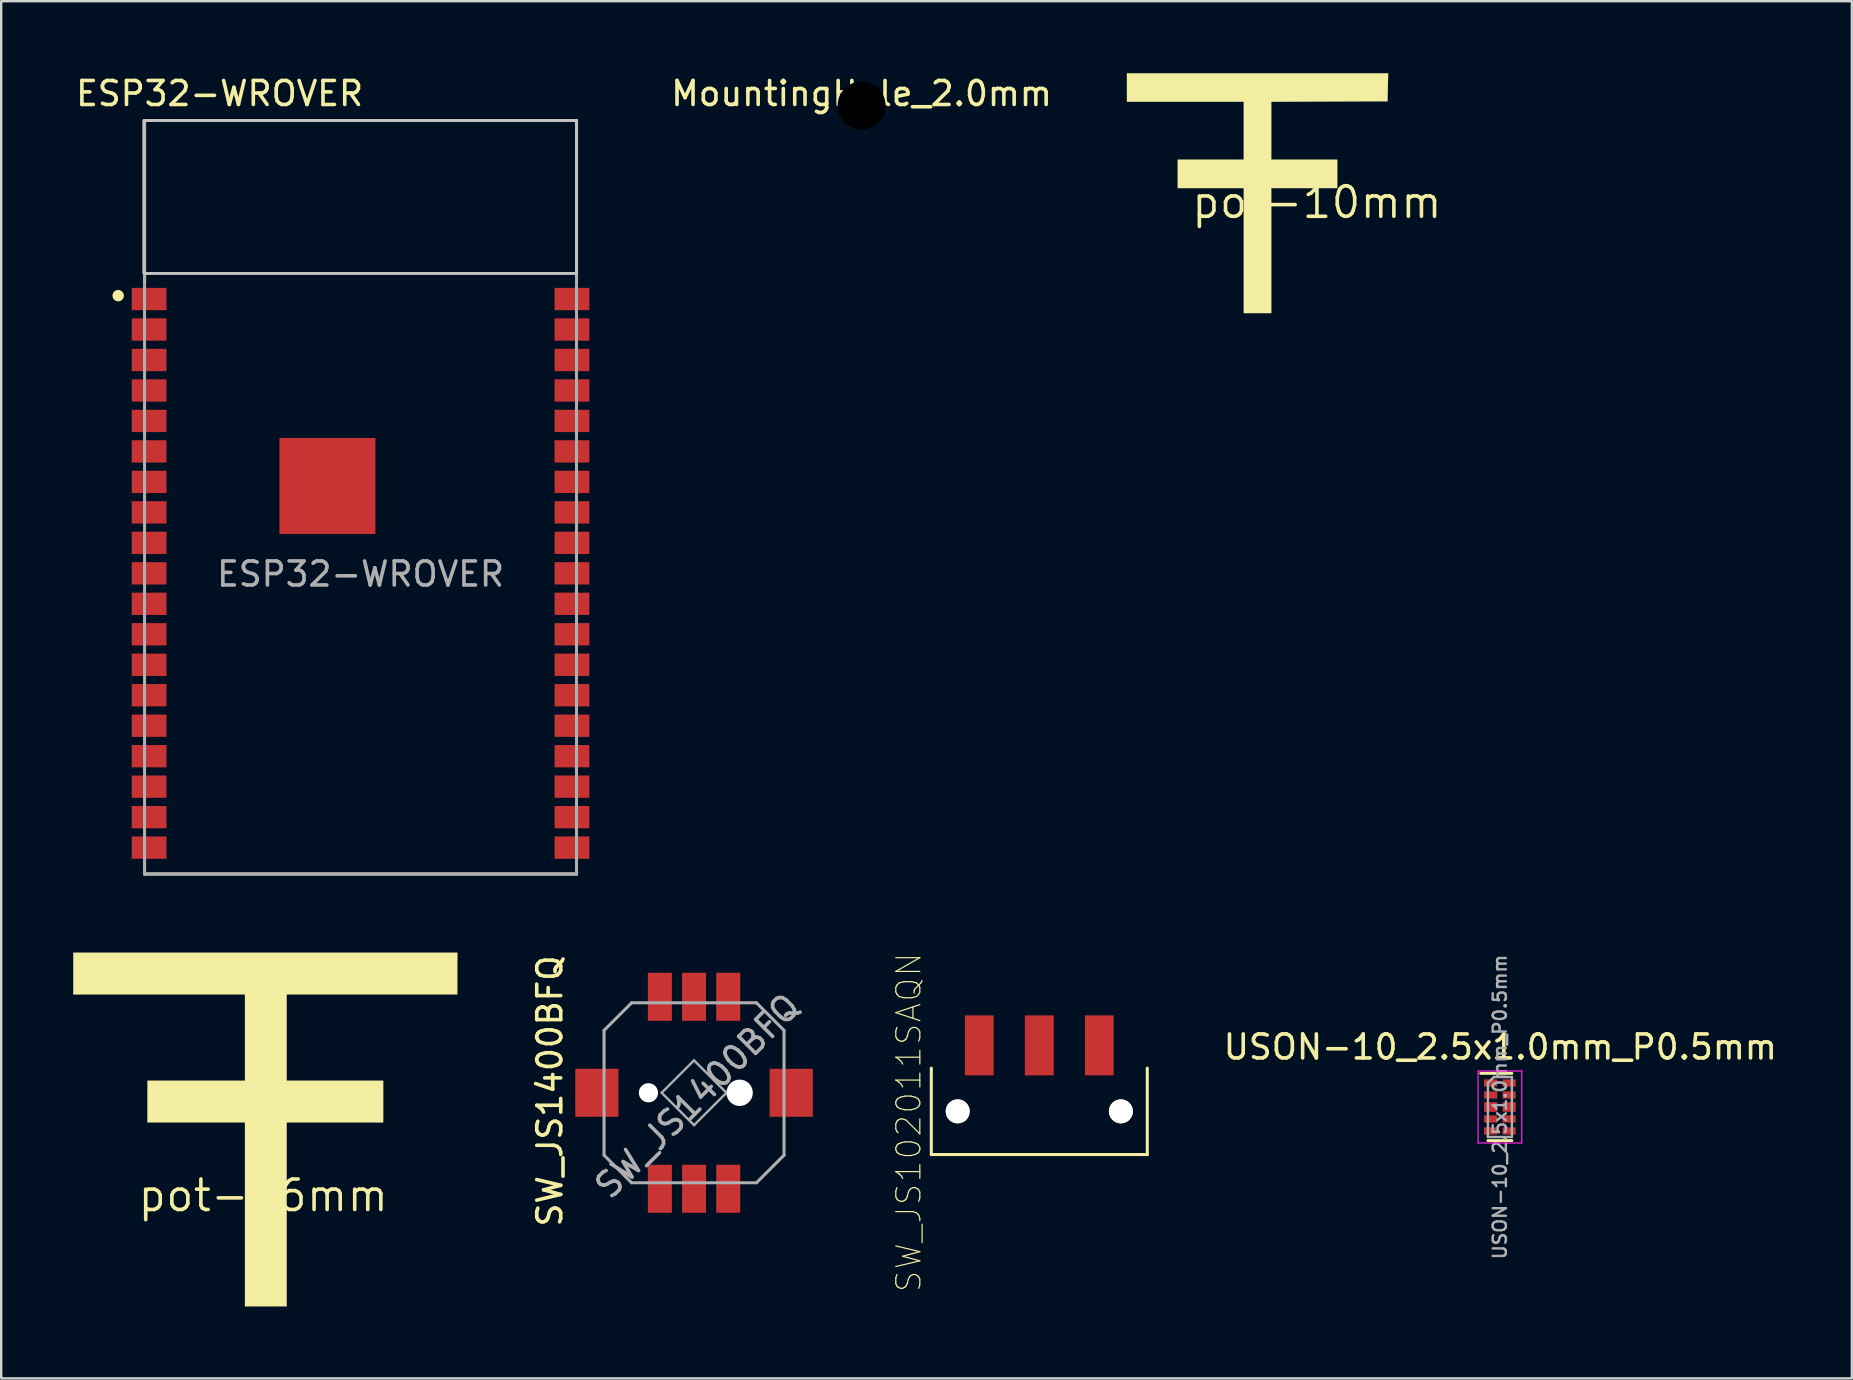
<source format=kicad_pcb>
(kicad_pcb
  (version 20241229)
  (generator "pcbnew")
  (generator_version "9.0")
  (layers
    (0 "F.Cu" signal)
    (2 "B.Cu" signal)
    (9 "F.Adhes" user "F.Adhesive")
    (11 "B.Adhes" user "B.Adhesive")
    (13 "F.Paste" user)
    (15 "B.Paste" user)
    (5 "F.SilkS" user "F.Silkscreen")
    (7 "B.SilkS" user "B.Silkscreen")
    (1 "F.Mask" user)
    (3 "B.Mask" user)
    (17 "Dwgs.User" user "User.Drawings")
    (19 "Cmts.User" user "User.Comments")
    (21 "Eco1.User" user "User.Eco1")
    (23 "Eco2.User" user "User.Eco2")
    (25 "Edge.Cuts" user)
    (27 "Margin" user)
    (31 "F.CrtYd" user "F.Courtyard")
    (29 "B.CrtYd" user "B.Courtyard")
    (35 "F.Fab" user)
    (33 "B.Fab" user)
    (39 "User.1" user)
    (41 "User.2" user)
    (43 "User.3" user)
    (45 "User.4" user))
  (footprint "MountingHole_2.0mm"
    (layer "F.Cu")
    (at 32.853 1.348)
    (property "Reference" "MountingHole_2.0mm" (at 0 -0.5 0) (unlocked yes) (layer "F.SilkS") (effects (font (size 1 1) (thickness 0.15))))
    (pad "" np_thru_hole circle (at 0 0) (size 2 2) (drill 2) (layers "*.Mask")))
  (footprint "SW_JS1400BFQ"
    (layer "F.Cu")
    (at 25.871 42.487)
    (property "Reference" "SW_JS1400BFQ" (at -6.01 -0.074 90) (layer "F.SilkS") (effects (font (size 1 1) (thickness 0.15))))
    (attr smd)
    (fp_line (start -5.25 -5.25) (end 5.25 -5.25) (stroke (width 0.05) (type solid)) (layer "Eco1.User"))
    (fp_line (start -5.25 5.25) (end -5.25 -5.25) (stroke (width 0.05) (type solid)) (layer "Eco1.User"))
    (fp_line (start 0 -5.25) (end 0 5.25) (stroke (width 0.01) (type default)) (layer "Eco1.User"))
    (fp_line (start 5.2 5.25) (end -5.2 5.25) (stroke (width 0.05) (type solid)) (layer "Eco1.User"))
    (fp_line (start 5.25 -5.25) (end -5.25 5.25) (stroke (width 0.01) (type default)) (layer "Eco1.User"))
    (fp_line (start 5.25 -5.25) (end 5.25 5.25) (stroke (width 0.05) (type solid)) (layer "Eco1.User"))
    (fp_line (start 5.25 0) (end -5.25 0) (stroke (width 0.01) (type default)) (layer "Eco1.User"))
    (fp_line (start 5.25 5.25) (end -5.25 -5.25) (stroke (width 0.01) (type default)) (layer "Eco1.User"))
    (fp_line (start -3.75 -2.6) (end -2.6 -3.75) (stroke (width 0.127) (type solid)) (layer "F.Fab"))
    (fp_line (start -3.75 2.6) (end -3.75 -2.6) (stroke (width 0.127) (type solid)) (layer "F.Fab"))
    (fp_line (start -2.6 -3.75) (end 2.6 -3.75) (stroke (width 0.127) (type solid)) (layer "F.Fab"))
    (fp_line (start -2.6 3.75) (end -3.75 2.6) (stroke (width 0.127) (type solid)) (layer "F.Fab"))
    (fp_line (start 0 -1.35) (end -1.35 0) (stroke (width 0.1) (type default)) (layer "F.Fab"))
    (fp_line (start 0 -1.35) (end 1.35 0) (stroke (width 0.1) (type default)) (layer "F.Fab"))
    (fp_line (start 0 1.35) (end -1.35 0) (stroke (width 0.1) (type default)) (layer "F.Fab"))
    (fp_line (start 1.35 0) (end 0 1.35) (stroke (width 0.1) (type default)) (layer "F.Fab"))
    (fp_line (start 2.6 -3.75) (end 3.75 -2.6) (stroke (width 0.127) (type solid)) (layer "F.Fab"))
    (fp_line (start 2.6 3.75) (end -2.6 3.75) (stroke (width 0.127) (type solid)) (layer "F.Fab"))
    (fp_line (start 3.75 -2.6) (end 3.75 2.6) (stroke (width 0.127) (type solid)) (layer "F.Fab"))
    (fp_line (start 3.75 2.6) (end 2.6 3.75) (stroke (width 0.127) (type solid)) (layer "F.Fab"))
    (fp_text user "${REFERENCE}" (at 0.141 0.139 45) (layer "F.Fab") (effects (font (size 1 1) (thickness 0.15))))
    (pad "" np_thru_hole circle (at -1.9 0 90) (size 0.8 0.8) (drill 0.8) (layers "*.Cu" "*.Mask"))
    (pad "" np_thru_hole circle (at 1.9 0 90) (size 1.1 1.1) (drill 1.1) (layers "*.Cu" "*.Mask"))
    (pad "1" smd rect (at -1.425 4 90) (size 2 1) (layers "F.Cu" "F.Mask" "F.Paste"))
    (pad "2" smd rect (at 0 4 90) (size 2 1) (layers "F.Cu" "F.Mask" "F.Paste"))
    (pad "3" smd rect (at 1.425 4 90) (size 2 1) (layers "F.Cu" "F.Mask" "F.Paste"))
    (pad "4" smd rect (at -1.425 -4 90) (size 2 1) (layers "F.Cu" "F.Mask" "F.Paste"))
    (pad "5" smd rect (at 0 -4 90) (size 2 1) (layers "F.Cu" "F.Mask" "F.Paste"))
    (pad "6" smd rect (at 1.425 -4 90) (size 2 1) (layers "F.Cu" "F.Mask" "F.Paste"))
    (pad "SH1" smd rect (at -4.05 0 90) (size 2 1.8) (layers "F.Cu" "F.Mask" "F.Paste"))
    (pad "SH2" smd rect (at 4.05 0.000001 90) (size 2 1.8) (layers "F.Cu" "F.Mask" "F.Paste")))
  (footprint "pot-10mm"
    (layer "F.Cu")
    (at 51.828 5.381)
    (property "Reference" "pot-10mm" (at 0 0 0) (layer "F.SilkS") (effects (font (size 1.27 1.27) (thickness 0.15))))
    (attr through_hole)
    (fp_poly (pts (xy 2.954 -4.794) (xy 2.942 -4.212) (xy -1.905 -4.19) (xy -1.905 -1.778) (xy 0.847 -1.778) (xy 0.847 -0.593) (xy -1.905 -0.593) (xy -1.905 4.614) (xy -3.048 4.614) (xy -3.048 -0.593) (xy -5.8 -0.593) (xy -5.8 -1.778) (xy -3.048 -1.778) (xy -3.048 -4.191) (xy -7.916 -4.191) (xy -7.916 -5.376) (xy 2.966 -5.376) (xy 2.954 -4.794)) (stroke (width 0.01) (type solid)) (fill yes) (layer "F.SilkS")))
  (footprint "pot-16mm"
    (layer "F.Cu")
    (at 7.921 46.769)
    (property "Reference" "pot-16mm" (at 0 0 0) (layer "F.SilkS") (effects (font (size 1.27 1.27) (thickness 0.15))))
    (attr through_hole)
    (fp_poly (pts (xy 8.086 -8.382) (xy 0.974 -8.382) (xy 0.974 -4.784) (xy 4.995 -4.784) (xy 4.995 -3.048) (xy 0.974 -3.048) (xy 0.974 4.614) (xy -0.762 4.614) (xy -0.762 -3.048) (xy -4.826 -3.048) (xy -4.826 -4.784) (xy -0.762 -4.784) (xy -0.762 -8.382) (xy -7.916 -8.382) (xy -7.916 -10.118) (xy 8.086 -10.118) (xy 8.086 -8.382)) (stroke (width 0.01) (type solid)) (fill yes) (layer "F.SilkS")))
  (footprint "ESP32-WROVER"
    (layer "F.Cu")
    (at 11.974 17.671)
    (property "Reference" "ESP32-WROVER" (at -5.873 -16.823 0) (layer "F.SilkS") (effects (font (size 1 1) (thickness 0.15))))
    (attr smd)
    (fp_line (start -9 -15.7) (end 9 -15.7) (stroke (width 0.127) (type solid)) (layer "F.SilkS"))
    (fp_line (start -9 -8.95) (end -9 -15.7) (stroke (width 0.127) (type solid)) (layer "F.SilkS"))
    (fp_line (start -9 15.55) (end -9 15.7) (stroke (width 0.127) (type solid)) (layer "F.SilkS"))
    (fp_line (start -9 15.7) (end 9 15.7) (stroke (width 0.127) (type solid)) (layer "F.SilkS"))
    (fp_line (start 9 -15.7) (end 9 -8.95) (stroke (width 0.127) (type solid)) (layer "F.SilkS"))
    (fp_line (start 9 15.7) (end 9 15.5) (stroke (width 0.127) (type solid)) (layer "F.SilkS"))
    (fp_circle (center -10.1 -8.4) (end -9.98 -8.4) (stroke (width 0.24) (type solid)) (fill no) (layer "F.SilkS"))
    (fp_poly (pts (xy -9.03 -15.7) (xy 9 -15.7) (xy 9 -9.331) (xy -9.03 -9.331)) (stroke (width 0.1) (type solid)) (fill no) (layer "Dwgs.User"))
    (fp_poly (pts (xy -9.029 -15.7) (xy 9 -15.7) (xy 9 -9.33) (xy -9.029 -9.33)) (stroke (width 0.1) (type solid)) (fill no) (layer "Dwgs.User"))
    (fp_line (start -9.8 -15.95) (end 9.8 -15.95) (stroke (width 0.05) (type solid)) (layer "Eco1.User"))
    (fp_line (start -9.8 15.95) (end -9.8 -15.95) (stroke (width 0.05) (type solid)) (layer "Eco1.User"))
    (fp_line (start 9.8 -15.95) (end 9.8 15.95) (stroke (width 0.05) (type solid)) (layer "Eco1.User"))
    (fp_line (start 9.8 15.95) (end -9.8 15.95) (stroke (width 0.05) (type solid)) (layer "Eco1.User"))
    (fp_line (start -9 -15.7) (end 9 -15.7) (stroke (width 0.127) (type solid)) (layer "F.Fab"))
    (fp_line (start -9 15.7) (end -9 -15.7) (stroke (width 0.127) (type solid)) (layer "F.Fab"))
    (fp_line (start 9 -15.7) (end 9 15.7) (stroke (width 0.127) (type solid)) (layer "F.Fab"))
    (fp_line (start 9 15.7) (end -9 15.7) (stroke (width 0.127) (type solid)) (layer "F.Fab"))
    (fp_poly (pts (xy -9.023 -15.7) (xy 9 -15.7) (xy 9 -9.324) (xy -9.023 -9.324)) (stroke (width 0.1) (type solid)) (fill no) (layer "F.Fab"))
    (fp_text user "${REFERENCE}" (at 0 3.2 0) (layer "F.Fab") (effects (font (size 1 1) (thickness 0.15))))
    (pad "1" smd rect (at -8.81 -8.26) (size 1.45 0.93) (layers "F.Cu" "F.Mask" "F.Paste"))
    (pad "2" smd rect (at -8.81 -6.99) (size 1.45 0.93) (layers "F.Cu" "F.Mask" "F.Paste"))
    (pad "3" smd rect (at -8.81 -5.72) (size 1.45 0.93) (layers "F.Cu" "F.Mask" "F.Paste"))
    (pad "4" smd rect (at -8.81 -4.45) (size 1.45 0.93) (layers "F.Cu" "F.Mask" "F.Paste"))
    (pad "5" smd rect (at -8.81 -3.18) (size 1.45 0.93) (layers "F.Cu" "F.Mask" "F.Paste"))
    (pad "6" smd rect (at -8.81 -1.91) (size 1.45 0.93) (layers "F.Cu" "F.Mask" "F.Paste"))
    (pad "7" smd rect (at -8.81 -0.64) (size 1.45 0.93) (layers "F.Cu" "F.Mask" "F.Paste"))
    (pad "8" smd rect (at -8.81 0.63) (size 1.45 0.93) (layers "F.Cu" "F.Mask" "F.Paste"))
    (pad "9" smd rect (at -8.81 1.9) (size 1.45 0.93) (layers "F.Cu" "F.Mask" "F.Paste"))
    (pad "10" smd rect (at -8.81 3.17) (size 1.45 0.93) (layers "F.Cu" "F.Mask" "F.Paste"))
    (pad "11" smd rect (at -8.81 4.44) (size 1.45 0.93) (layers "F.Cu" "F.Mask" "F.Paste"))
    (pad "12" smd rect (at -8.81 5.71) (size 1.45 0.93) (layers "F.Cu" "F.Mask" "F.Paste"))
    (pad "13" smd rect (at -8.81 6.98) (size 1.45 0.93) (layers "F.Cu" "F.Mask" "F.Paste"))
    (pad "14" smd rect (at -8.81 8.25) (size 1.45 0.93) (layers "F.Cu" "F.Mask" "F.Paste"))
    (pad "15" smd rect (at -8.81 9.52) (size 1.45 0.93) (layers "F.Cu" "F.Mask" "F.Paste"))
    (pad "16" smd rect (at -8.81 10.79) (size 1.45 0.93) (layers "F.Cu" "F.Mask" "F.Paste"))
    (pad "17" smd rect (at -8.81 12.06) (size 1.45 0.93) (layers "F.Cu" "F.Mask" "F.Paste"))
    (pad "18" smd rect (at -8.81 13.33) (size 1.45 0.93) (layers "F.Cu" "F.Mask" "F.Paste"))
    (pad "19" smd rect (at -8.81 14.6) (size 1.45 0.93) (layers "F.Cu" "F.Mask" "F.Paste"))
    (pad "20" smd rect (at 8.81 14.6 180) (size 1.45 0.93) (layers "F.Cu" "F.Mask" "F.Paste"))
    (pad "21" smd rect (at 8.81 13.33 180) (size 1.45 0.93) (layers "F.Cu" "F.Mask" "F.Paste"))
    (pad "22" smd rect (at 8.81 12.06 180) (size 1.45 0.93) (layers "F.Cu" "F.Mask" "F.Paste"))
    (pad "23" smd rect (at 8.81 10.79 180) (size 1.45 0.93) (layers "F.Cu" "F.Mask" "F.Paste"))
    (pad "24" smd rect (at 8.81 9.52 180) (size 1.45 0.93) (layers "F.Cu" "F.Mask" "F.Paste"))
    (pad "25" smd rect (at 8.81 8.25 180) (size 1.45 0.93) (layers "F.Cu" "F.Mask" "F.Paste"))
    (pad "26" smd rect (at 8.81 6.98 180) (size 1.45 0.93) (layers "F.Cu" "F.Mask" "F.Paste"))
    (pad "27" smd rect (at 8.81 5.71 180) (size 1.45 0.93) (layers "F.Cu" "F.Mask" "F.Paste"))
    (pad "28" smd rect (at 8.81 4.44 180) (size 1.45 0.93) (layers "F.Cu" "F.Mask" "F.Paste"))
    (pad "29" smd rect (at 8.81 3.17 180) (size 1.45 0.93) (layers "F.Cu" "F.Mask" "F.Paste"))
    (pad "30" smd rect (at 8.81 1.9 180) (size 1.45 0.93) (layers "F.Cu" "F.Mask" "F.Paste"))
    (pad "31" smd rect (at 8.81 0.63 180) (size 1.45 0.93) (layers "F.Cu" "F.Mask" "F.Paste"))
    (pad "32" smd rect (at 8.81 -0.64 180) (size 1.45 0.93) (layers "F.Cu" "F.Mask" "F.Paste"))
    (pad "33" smd rect (at 8.81 -1.91 180) (size 1.45 0.93) (layers "F.Cu" "F.Mask" "F.Paste"))
    (pad "34" smd rect (at 8.81 -3.18 180) (size 1.45 0.93) (layers "F.Cu" "F.Mask" "F.Paste"))
    (pad "35" smd rect (at 8.81 -4.45 180) (size 1.45 0.93) (layers "F.Cu" "F.Mask" "F.Paste"))
    (pad "36" smd rect (at 8.81 -5.72 180) (size 1.45 0.93) (layers "F.Cu" "F.Mask" "F.Paste"))
    (pad "37" smd rect (at 8.81 -6.99 180) (size 1.45 0.93) (layers "F.Cu" "F.Mask" "F.Paste"))
    (pad "38" smd rect (at 8.81 -8.26 180) (size 1.45 0.93) (layers "F.Cu" "F.Mask" "F.Paste"))
    (pad "39" smd rect (at -1.38 -0.47) (size 4 4) (layers "F.Cu" "F.Mask" "F.Paste")))
  (footprint "USON-10_2.5x1.0mm_P0.5mm"
    (layer "F.Cu")
    (at 59.452 43.079)
    (property "Reference" "USON-10_2.5x1.0mm_P0.5mm" (at 0.018 -2.5 0) (layer "F.SilkS") (effects (font (size 1 1) (thickness 0.15))))
    (attr smd)
    (fp_line (start 0.5 -1.4) (end -0.8 -1.4) (stroke (width 0.12) (type solid)) (layer "F.SilkS"))
    (fp_line (start 0.5 1.4) (end -0.5 1.4) (stroke (width 0.12) (type solid)) (layer "F.SilkS"))
    (fp_rect (start -0.655 -0.145) (end -0.115 0.145) (stroke (width 0.01) (type solid)) (fill yes) (layer "F.Paste"))
    (fp_rect (start 0.115 -0.145) (end 0.655 0.145) (stroke (width 0.01) (type solid)) (fill yes) (layer "F.Paste"))
    (fp_line (start -0.91 -1.5) (end 0.91 -1.5) (stroke (width 0.05) (type solid)) (layer "F.CrtYd"))
    (fp_line (start -0.91 1.5) (end -0.91 -1.5) (stroke (width 0.05) (type solid)) (layer "F.CrtYd"))
    (fp_line (start 0.91 -1.5) (end 0.91 1.5) (stroke (width 0.05) (type solid)) (layer "F.CrtYd"))
    (fp_line (start 0.91 1.5) (end -0.91 1.5) (stroke (width 0.05) (type solid)) (layer "F.CrtYd"))
    (fp_line (start -0.5 -1) (end -0.5 1.25) (stroke (width 0.1) (type solid)) (layer "F.Fab"))
    (fp_line (start -0.5 1.25) (end 0.5 1.25) (stroke (width 0.1) (type solid)) (layer "F.Fab"))
    (fp_line (start -0.25 -1.25) (end -0.5 -1) (stroke (width 0.1) (type solid)) (layer "F.Fab"))
    (fp_line (start 0.5 -1.25) (end -0.25 -1.25) (stroke (width 0.1) (type solid)) (layer "F.Fab"))
    (fp_line (start 0.5 -1.25) (end 0.5 1.25) (stroke (width 0.1) (type solid)) (layer "F.Fab"))
    (fp_text user "${REFERENCE}" (at 0 0 90) (layer "F.Fab") (effects (font (size 0.55 0.55) (thickness 0.1))))
    (pad "1" smd rect (at -0.385 -1 270) (size 0.3 0.55) (layers "F.Cu" "F.Mask" "F.Paste"))
    (pad "1" smd rect (at 0.385 -1 270) (size 0.3 0.55) (layers "F.Cu" "F.Mask" "F.Paste"))
    (pad "2" smd rect (at -0.385 -0.5 270) (size 0.3 0.55) (layers "F.Cu" "F.Mask" "F.Paste"))
    (pad "2" smd rect (at 0.385 -0.5 270) (size 0.3 0.55) (layers "F.Cu" "F.Mask" "F.Paste"))
    (pad "3" smd rect (at -0.385 0 270) (size 0.4 0.55) (layers "F.Cu" "F.Mask"))
    (pad "3" smd rect (at 0.385 0 270) (size 0.4 0.55) (layers "F.Cu" "F.Mask"))
    (pad "4" smd rect (at -0.385 0.5 270) (size 0.3 0.55) (layers "F.Cu" "F.Mask" "F.Paste"))
    (pad "4" smd rect (at 0.385 0.5 270) (size 0.3 0.55) (layers "F.Cu" "F.Mask" "F.Paste"))
    (pad "5" smd rect (at -0.385 1 270) (size 0.3 0.55) (layers "F.Cu" "F.Mask" "F.Paste"))
    (pad "5" smd rect (at 0.385 1 270) (size 0.3 0.55) (layers "F.Cu" "F.Mask" "F.Paste")))
  (footprint "SW_JS102011SAQN"
    (layer "F.Cu")
    (at 40.258 43.261)
    (property "Reference" "SW_JS102011SAQN" (at -5.439 0.46 90) (layer "F.SilkS") (effects (font (size 1.001 1.001) (thickness 0.05))))
    (attr smd)
    (fp_line (start -4.5 -1.8) (end -4.5 1.8) (stroke (width 0.127) (type solid)) (layer "F.SilkS"))
    (fp_line (start -4.5 1.8) (end 4.5 1.8) (stroke (width 0.127) (type solid)) (layer "F.SilkS"))
    (fp_line (start 4.5 -1.8) (end 4.5 1.8) (stroke (width 0.127) (type solid)) (layer "F.SilkS"))
    (fp_line (start -4.5 -1.8) (end 4.5 -1.8) (stroke (width 0.127) (type solid)) (layer "Eco2.User"))
    (fp_line (start -4.5 -1.4) (end -3.2 -1.4) (stroke (width 0.127) (type solid)) (layer "Eco2.User"))
    (fp_line (start -4.5 1.5) (end -3.2 1.5) (stroke (width 0.127) (type solid)) (layer "Eco2.User"))
    (fp_line (start -3.2 -1.7) (end -3.2 -1.4) (stroke (width 0.127) (type solid)) (layer "Eco2.User"))
    (fp_line (start -3.2 1.5) (end -3.2 1.8) (stroke (width 0.127) (type solid)) (layer "Eco2.User"))
    (fp_line (start -2.3 1.8) (end -2.3 4) (stroke (width 0.127) (type solid)) (layer "Eco2.User"))
    (fp_line (start -2.3 4) (end -0.8 4) (stroke (width 0.127) (type solid)) (layer "Eco2.User"))
    (fp_line (start -0.8 4) (end -0.8 1.8) (stroke (width 0.127) (type solid)) (layer "Eco2.User"))
    (fp_line (start 3.2 -1.7) (end 3.2 -1.4) (stroke (width 0.127) (type solid)) (layer "Eco2.User"))
    (fp_line (start 3.2 -1.4) (end 4.5 -1.4) (stroke (width 0.127) (type solid)) (layer "Eco2.User"))
    (fp_line (start 3.2 1.5) (end 3.2 1.8) (stroke (width 0.127) (type solid)) (layer "Eco2.User"))
    (fp_line (start 3.2 1.5) (end 4.5 1.5) (stroke (width 0.127) (type solid)) (layer "Eco2.User"))
    (fp_poly (pts (xy -2.801 -3.7) (xy -2.2 -3.7) (xy -2.2 -1.801) (xy -2.801 -1.801)) (stroke (width 0.1) (type solid)) (fill no) (layer "Eco2.User"))
    (fp_poly (pts (xy -2.801 -3.7) (xy -2.2 -3.7) (xy -2.2 -1.801) (xy -2.801 -1.801)) (stroke (width 0.1) (type solid)) (fill no) (layer "Eco2.User"))
    (fp_poly (pts (xy -0.3 -3.7) (xy 0.3 -3.7) (xy 0.3 -1.8) (xy -0.3 -1.8)) (stroke (width 0.1) (type solid)) (fill no) (layer "Eco2.User"))
    (fp_poly (pts (xy 2.204 -3.7) (xy 2.8 -3.7) (xy 2.8 -1.803) (xy 2.204 -1.803)) (stroke (width 0.1) (type solid)) (fill no) (layer "Eco2.User"))
    (pad "" np_thru_hole circle (at -3.4 0) (size 1 1) (drill 1) (layers "*.Cu" "*.Mask" "F.SilkS"))
    (pad "" np_thru_hole circle (at 3.4 0) (size 1 1) (drill 1) (layers "*.Cu" "*.Mask" "F.SilkS"))
    (pad "1" smd rect (at -2.5 -2.75) (size 1.2 2.5) (layers "F.Cu" "F.Mask" "F.Paste"))
    (pad "2" smd rect (at 0 -2.75) (size 1.2 2.5) (layers "F.Cu" "F.Mask" "F.Paste"))
    (pad "3" smd rect (at 2.5 -2.75) (size 1.2 2.5) (layers "F.Cu" "F.Mask" "F.Paste")))
  (gr_rect
    (start -3 -3)
    (end 74.119 54.388)
    (stroke (width 0.1) (type default))
    (fill no)
    (layer "Edge.Cuts")))
</source>
